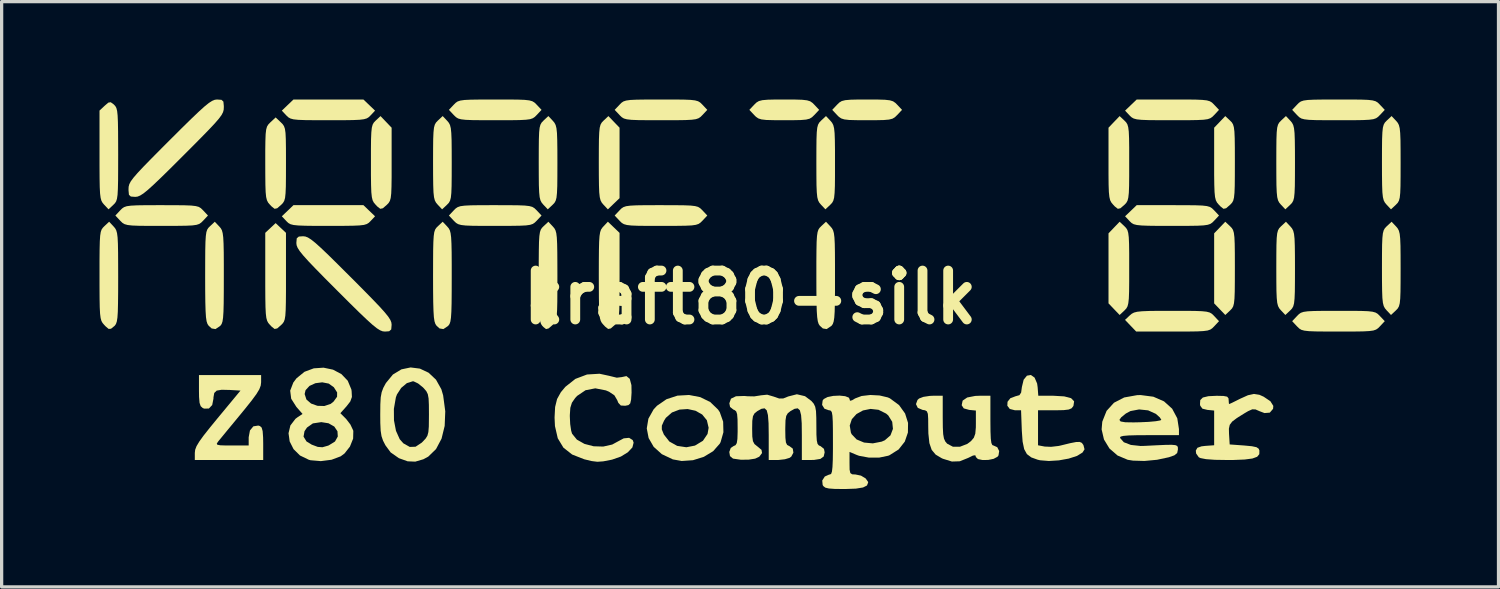
<source format=kicad_pcb>
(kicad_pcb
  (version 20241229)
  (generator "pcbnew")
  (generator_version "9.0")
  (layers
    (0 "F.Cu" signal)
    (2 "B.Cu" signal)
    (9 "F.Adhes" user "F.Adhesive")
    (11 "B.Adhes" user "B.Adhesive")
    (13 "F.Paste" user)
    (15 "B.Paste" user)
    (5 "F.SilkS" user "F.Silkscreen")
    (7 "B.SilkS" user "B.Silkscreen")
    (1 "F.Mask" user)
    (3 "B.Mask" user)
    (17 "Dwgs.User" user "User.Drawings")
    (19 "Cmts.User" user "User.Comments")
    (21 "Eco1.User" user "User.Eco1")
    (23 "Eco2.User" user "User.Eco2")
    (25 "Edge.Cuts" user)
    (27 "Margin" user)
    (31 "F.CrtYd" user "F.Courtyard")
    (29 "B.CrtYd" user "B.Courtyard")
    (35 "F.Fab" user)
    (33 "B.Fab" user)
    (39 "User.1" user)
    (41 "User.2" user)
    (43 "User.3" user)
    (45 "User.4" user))
  (footprint "kraft80-silk"
    (layer "F.Cu")
    (at 19.939 6.064)
    (property "Reference" "kraft80-silk" (at 0 0 0) (layer "F.SilkS") (effects (font (size 1.5 1.5) (thickness 0.3))))
    (attr board_only exclude_from_pos_files exclude_from_bom)
    (fp_poly (pts (xy -4.171 -5.378) (xy -4 -5.2) (xy -4 -4.12) (xy -4 -3.04) (xy -4.179 -2.869) (xy -4.358 -2.697) (xy -4.497 -2.845) (xy -4.546 -2.904) (xy -4.582 -2.973) (xy -4.607 -3.071) (xy -4.623 -3.219) (xy -4.631 -3.436) (xy -4.635 -3.741) (xy -4.636 -4.136) (xy -4.635 -4.544) (xy -4.632 -4.844) (xy -4.623 -5.056) (xy -4.608 -5.199) (xy -4.583 -5.293) (xy -4.547 -5.357) (xy -4.497 -5.41) (xy -4.489 -5.418) (xy -4.342 -5.556)) (stroke (width 0) (type solid)) (fill yes) (layer "F.SilkS"))
    (fp_poly (pts (xy -11.672 -5.894) (xy -11.494 -5.723) (xy -11.632 -5.576) (xy -11.685 -5.524) (xy -11.746 -5.486) (xy -11.834 -5.46) (xy -11.969 -5.443) (xy -12.169 -5.434) (xy -12.454 -5.43) (xy -12.843 -5.429) (xy -12.922 -5.429) (xy -13.332 -5.43) (xy -13.633 -5.433) (xy -13.846 -5.441) (xy -13.991 -5.456) (xy -14.085 -5.481) (xy -14.15 -5.517) (xy -14.203 -5.566) (xy -14.213 -5.576) (xy -14.351 -5.723) (xy -14.173 -5.894) (xy -13.995 -6.064) (xy -12.922 -6.064) (xy -11.85 -6.064)) (stroke (width 0) (type solid)) (fill yes) (layer "F.SilkS"))
    (fp_poly (pts (xy -11.672 -2.655) (xy -11.494 -2.485) (xy -11.632 -2.338) (xy -11.685 -2.286) (xy -11.746 -2.248) (xy -11.834 -2.221) (xy -11.969 -2.205) (xy -12.169 -2.196) (xy -12.454 -2.192) (xy -12.843 -2.191) (xy -12.922 -2.191) (xy -13.332 -2.191) (xy -13.633 -2.195) (xy -13.846 -2.203) (xy -13.991 -2.218) (xy -14.085 -2.242) (xy -14.15 -2.278) (xy -14.203 -2.328) (xy -14.213 -2.338) (xy -14.351 -2.485) (xy -14.173 -2.655) (xy -13.995 -2.826) (xy -12.922 -2.826) (xy -11.85 -2.826)) (stroke (width 0) (type solid)) (fill yes) (layer "F.SilkS"))
    (fp_poly (pts (xy 11.474 -2.18) (xy 11.526 -2.126) (xy 11.564 -2.065) (xy 11.59 -1.977) (xy 11.607 -1.842) (xy 11.616 -1.642) (xy 11.62 -1.357) (xy 11.62 -0.968) (xy 11.62 -0.889) (xy 11.62 -0.48) (xy 11.617 -0.178) (xy 11.609 0.035) (xy 11.593 0.179) (xy 11.569 0.274) (xy 11.533 0.339) (xy 11.484 0.392) (xy 11.474 0.402) (xy 11.327 0.54) (xy 11.156 0.362) (xy 10.986 0.184) (xy 10.986 -0.889) (xy 10.986 -1.962) (xy 11.156 -2.14) (xy 11.327 -2.318)) (stroke (width 0) (type solid)) (fill yes) (layer "F.SilkS"))
    (fp_poly (pts (xy 14.712 -2.18) (xy 14.764 -2.126) (xy 14.802 -2.065) (xy 14.828 -1.977) (xy 14.845 -1.842) (xy 14.854 -1.642) (xy 14.858 -1.357) (xy 14.859 -0.968) (xy 14.859 -0.889) (xy 14.858 -0.48) (xy 14.855 -0.178) (xy 14.847 0.035) (xy 14.832 0.179) (xy 14.808 0.274) (xy 14.772 0.339) (xy 14.722 0.392) (xy 14.712 0.402) (xy 14.565 0.54) (xy 14.395 0.362) (xy 14.224 0.184) (xy 14.224 -0.889) (xy 14.224 -1.962) (xy 14.395 -2.14) (xy 14.565 -2.318)) (stroke (width 0) (type solid)) (fill yes) (layer "F.SilkS"))
    (fp_poly (pts (xy -14.383 -2.127) (xy -14.224 -1.978) (xy -14.224 -0.635) (xy -14.224 -0.189) (xy -14.227 0.147) (xy -14.233 0.392) (xy -14.244 0.562) (xy -14.263 0.676) (xy -14.291 0.751) (xy -14.33 0.805) (xy -14.371 0.846) (xy -14.492 0.952) (xy -14.573 0.969) (xy -14.664 0.897) (xy -14.721 0.837) (xy -14.767 0.783) (xy -14.801 0.719) (xy -14.826 0.629) (xy -14.842 0.494) (xy -14.852 0.296) (xy -14.857 0.017) (xy -14.859 -0.359) (xy -14.859 -0.644) (xy -14.859 -1.978) (xy -14.7 -2.127) (xy -14.541 -2.276)) (stroke (width 0) (type solid)) (fill yes) (layer "F.SilkS"))
    (fp_poly (pts (xy 1.374 -6.063) (xy 1.598 -6.056) (xy 1.746 -6.039) (xy 1.843 -6.009) (xy 1.915 -5.959) (xy 1.968 -5.906) (xy 2.118 -5.747) (xy 1.968 -5.588) (xy 1.899 -5.521) (xy 1.824 -5.476) (xy 1.718 -5.449) (xy 1.554 -5.435) (xy 1.308 -5.43) (xy 1.048 -5.429) (xy 0.722 -5.431) (xy 0.497 -5.437) (xy 0.349 -5.454) (xy 0.252 -5.485) (xy 0.18 -5.535) (xy 0.127 -5.588) (xy -0.022 -5.747) (xy 0.127 -5.905) (xy 0.196 -5.972) (xy 0.271 -6.017) (xy 0.378 -6.044) (xy 0.541 -6.058) (xy 0.787 -6.064) (xy 1.048 -6.064)) (stroke (width 0) (type solid)) (fill yes) (layer "F.SilkS"))
    (fp_poly (pts (xy 3.914 -6.063) (xy 4.138 -6.056) (xy 4.286 -6.039) (xy 4.383 -6.009) (xy 4.455 -5.959) (xy 4.508 -5.906) (xy 4.658 -5.747) (xy 4.508 -5.588) (xy 4.439 -5.521) (xy 4.364 -5.476) (xy 4.258 -5.449) (xy 4.094 -5.435) (xy 3.848 -5.43) (xy 3.588 -5.429) (xy 3.262 -5.431) (xy 3.037 -5.437) (xy 2.889 -5.454) (xy 2.792 -5.485) (xy 2.72 -5.535) (xy 2.667 -5.588) (xy 2.518 -5.747) (xy 2.667 -5.905) (xy 2.736 -5.972) (xy 2.811 -6.017) (xy 2.918 -6.044) (xy 3.081 -6.058) (xy 3.327 -6.064) (xy 3.588 -6.064)) (stroke (width 0) (type solid)) (fill yes) (layer "F.SilkS"))
    (fp_poly (pts (xy 13.338 0.413) (xy 13.637 0.416) (xy 13.848 0.424) (xy 13.991 0.439) (xy 14.086 0.464) (xy 14.151 0.501) (xy 14.206 0.552) (xy 14.224 0.572) (xy 14.373 0.73) (xy 14.224 0.889) (xy 14.167 0.946) (xy 14.107 0.987) (xy 14.023 1.016) (xy 13.895 1.033) (xy 13.705 1.043) (xy 13.431 1.047) (xy 13.055 1.048) (xy 12.955 1.048) (xy 11.835 1.048) (xy 11.663 0.869) (xy 11.492 0.69) (xy 11.64 0.551) (xy 11.699 0.502) (xy 11.768 0.466) (xy 11.866 0.441) (xy 12.014 0.426) (xy 12.231 0.417) (xy 12.536 0.413) (xy 12.931 0.413)) (stroke (width 0) (type solid)) (fill yes) (layer "F.SilkS"))
    (fp_poly (pts (xy 13.363 -6.064) (xy 13.656 -6.061) (xy 13.862 -6.052) (xy 14.001 -6.037) (xy 14.092 -6.01) (xy 14.156 -5.972) (xy 14.212 -5.918) (xy 14.224 -5.905) (xy 14.373 -5.747) (xy 14.224 -5.588) (xy 14.168 -5.532) (xy 14.108 -5.491) (xy 14.026 -5.462) (xy 13.901 -5.444) (xy 13.714 -5.435) (xy 13.445 -5.43) (xy 13.076 -5.429) (xy 12.922 -5.429) (xy 12.513 -5.43) (xy 12.211 -5.433) (xy 11.998 -5.441) (xy 11.854 -5.456) (xy 11.759 -5.481) (xy 11.695 -5.517) (xy 11.641 -5.566) (xy 11.632 -5.576) (xy 11.494 -5.723) (xy 11.672 -5.894) (xy 11.85 -6.064) (xy 12.962 -6.064)) (stroke (width 0) (type solid)) (fill yes) (layer "F.SilkS"))
    (fp_poly (pts (xy 13.363 -2.825) (xy 13.656 -2.822) (xy 13.862 -2.814) (xy 14.001 -2.798) (xy 14.092 -2.772) (xy 14.156 -2.733) (xy 14.212 -2.679) (xy 14.224 -2.667) (xy 14.373 -2.508) (xy 14.224 -2.349) (xy 14.168 -2.293) (xy 14.108 -2.252) (xy 14.026 -2.224) (xy 13.901 -2.206) (xy 13.714 -2.196) (xy 13.445 -2.192) (xy 13.076 -2.191) (xy 12.922 -2.191) (xy 12.513 -2.191) (xy 12.211 -2.195) (xy 11.998 -2.203) (xy 11.854 -2.218) (xy 11.759 -2.242) (xy 11.695 -2.278) (xy 11.641 -2.328) (xy 11.632 -2.338) (xy 11.494 -2.485) (xy 11.672 -2.655) (xy 11.85 -2.826) (xy 12.962 -2.826)) (stroke (width 0) (type solid)) (fill yes) (layer "F.SilkS"))
    (fp_poly (pts (xy -11.156 -5.378) (xy -10.986 -5.2) (xy -10.986 -4.087) (xy -10.986 -3.686) (xy -10.99 -3.392) (xy -10.998 -3.186) (xy -11.014 -3.047) (xy -11.04 -2.956) (xy -11.078 -2.893) (xy -11.131 -2.838) (xy -11.132 -2.837) (xy -11.254 -2.731) (xy -11.334 -2.714) (xy -11.426 -2.786) (xy -11.482 -2.846) (xy -11.532 -2.905) (xy -11.568 -2.974) (xy -11.592 -3.073) (xy -11.608 -3.221) (xy -11.616 -3.439) (xy -11.62 -3.745) (xy -11.62 -4.136) (xy -11.62 -4.544) (xy -11.617 -4.844) (xy -11.608 -5.056) (xy -11.593 -5.199) (xy -11.568 -5.293) (xy -11.532 -5.357) (xy -11.482 -5.41) (xy -11.474 -5.418) (xy -11.327 -5.556)) (stroke (width 0) (type solid)) (fill yes) (layer "F.SilkS"))
    (fp_poly (pts (xy 11.474 -5.418) (xy 11.526 -5.365) (xy 11.564 -5.303) (xy 11.59 -5.215) (xy 11.607 -5.081) (xy 11.616 -4.881) (xy 11.62 -4.596) (xy 11.62 -4.207) (xy 11.62 -4.128) (xy 11.62 -3.718) (xy 11.617 -3.417) (xy 11.609 -3.203) (xy 11.593 -3.059) (xy 11.569 -2.964) (xy 11.533 -2.9) (xy 11.484 -2.846) (xy 11.474 -2.837) (xy 11.352 -2.731) (xy 11.272 -2.714) (xy 11.18 -2.786) (xy 11.124 -2.846) (xy 11.074 -2.906) (xy 11.037 -2.976) (xy 11.013 -3.077) (xy 10.997 -3.229) (xy 10.989 -3.451) (xy 10.986 -3.765) (xy 10.986 -4.096) (xy 10.986 -5.2) (xy 11.156 -5.378) (xy 11.327 -5.556)) (stroke (width 0) (type solid)) (fill yes) (layer "F.SilkS"))
    (fp_poly (pts (xy 14.712 -5.418) (xy 14.764 -5.365) (xy 14.802 -5.303) (xy 14.828 -5.215) (xy 14.845 -5.081) (xy 14.854 -4.881) (xy 14.858 -4.596) (xy 14.859 -4.207) (xy 14.859 -4.128) (xy 14.858 -3.718) (xy 14.855 -3.417) (xy 14.847 -3.203) (xy 14.832 -3.059) (xy 14.808 -2.964) (xy 14.772 -2.9) (xy 14.722 -2.846) (xy 14.712 -2.837) (xy 14.591 -2.731) (xy 14.51 -2.714) (xy 14.419 -2.786) (xy 14.362 -2.846) (xy 14.312 -2.906) (xy 14.276 -2.976) (xy 14.251 -3.077) (xy 14.236 -3.229) (xy 14.228 -3.451) (xy 14.224 -3.765) (xy 14.224 -4.096) (xy 14.224 -5.2) (xy 14.395 -5.378) (xy 14.565 -5.556)) (stroke (width 0) (type solid)) (fill yes) (layer "F.SilkS"))
    (fp_poly (pts (xy -4.179 -2.148) (xy -4 -1.976) (xy -4 -0.634) (xy -4.001 -0.189) (xy -4.003 0.148) (xy -4.009 0.392) (xy -4.021 0.562) (xy -4.04 0.676) (xy -4.068 0.751) (xy -4.106 0.805) (xy -4.147 0.846) (xy -4.269 0.952) (xy -4.349 0.969) (xy -4.441 0.897) (xy -4.497 0.837) (xy -4.543 0.783) (xy -4.577 0.721) (xy -4.602 0.631) (xy -4.618 0.497) (xy -4.628 0.301) (xy -4.633 0.026) (xy -4.635 -0.347) (xy -4.636 -0.667) (xy -4.635 -1.116) (xy -4.632 -1.456) (xy -4.626 -1.704) (xy -4.614 -1.879) (xy -4.595 -1.997) (xy -4.568 -2.076) (xy -4.53 -2.134) (xy -4.497 -2.171) (xy -4.358 -2.319)) (stroke (width 0) (type solid)) (fill yes) (layer "F.SilkS"))
    (fp_poly (pts (xy -19.507 -5.917) (xy -19.495 -5.906) (xy -19.454 -5.862) (xy -19.422 -5.803) (xy -19.399 -5.713) (xy -19.384 -5.575) (xy -19.375 -5.372) (xy -19.37 -5.087) (xy -19.368 -4.703) (xy -19.367 -4.383) (xy -19.368 -3.925) (xy -19.37 -3.577) (xy -19.376 -3.322) (xy -19.386 -3.143) (xy -19.404 -3.022) (xy -19.429 -2.943) (xy -19.465 -2.887) (xy -19.512 -2.839) (xy -19.515 -2.836) (xy -19.662 -2.698) (xy -19.801 -2.845) (xy -19.846 -2.899) (xy -19.881 -2.962) (xy -19.905 -3.051) (xy -19.922 -3.184) (xy -19.932 -3.378) (xy -19.937 -3.652) (xy -19.939 -4.023) (xy -19.939 -4.359) (xy -19.939 -5.725) (xy -19.781 -5.873) (xy -19.669 -5.969) (xy -19.595 -5.981)) (stroke (width 0) (type solid)) (fill yes) (layer "F.SilkS"))
    (fp_poly (pts (xy -9.282 -5.41) (xy -9.233 -5.351) (xy -9.197 -5.282) (xy -9.172 -5.183) (xy -9.157 -5.035) (xy -9.148 -4.818) (xy -9.145 -4.512) (xy -9.144 -4.119) (xy -9.145 -3.711) (xy -9.148 -3.411) (xy -9.156 -3.199) (xy -9.171 -3.056) (xy -9.196 -2.963) (xy -9.232 -2.898) (xy -9.283 -2.845) (xy -9.291 -2.836) (xy -9.439 -2.698) (xy -9.577 -2.845) (xy -9.626 -2.904) (xy -9.662 -2.973) (xy -9.687 -3.072) (xy -9.703 -3.22) (xy -9.711 -3.437) (xy -9.715 -3.743) (xy -9.716 -4.136) (xy -9.715 -4.544) (xy -9.712 -4.844) (xy -9.703 -5.056) (xy -9.688 -5.199) (xy -9.663 -5.292) (xy -9.627 -5.357) (xy -9.577 -5.41) (xy -9.568 -5.419) (xy -9.421 -5.557)) (stroke (width 0) (type solid)) (fill yes) (layer "F.SilkS"))
    (fp_poly (pts (xy -6.044 -5.41) (xy -5.995 -5.351) (xy -5.959 -5.282) (xy -5.934 -5.183) (xy -5.918 -5.035) (xy -5.91 -4.818) (xy -5.906 -4.512) (xy -5.905 -4.119) (xy -5.906 -3.711) (xy -5.909 -3.411) (xy -5.918 -3.199) (xy -5.933 -3.056) (xy -5.958 -2.963) (xy -5.994 -2.898) (xy -6.044 -2.845) (xy -6.053 -2.836) (xy -6.2 -2.698) (xy -6.339 -2.845) (xy -6.388 -2.904) (xy -6.424 -2.973) (xy -6.449 -3.072) (xy -6.464 -3.22) (xy -6.473 -3.437) (xy -6.476 -3.743) (xy -6.477 -4.136) (xy -6.476 -4.544) (xy -6.473 -4.844) (xy -6.465 -5.056) (xy -6.45 -5.199) (xy -6.425 -5.292) (xy -6.389 -5.357) (xy -6.338 -5.41) (xy -6.33 -5.419) (xy -6.182 -5.557)) (stroke (width 0) (type solid)) (fill yes) (layer "F.SilkS"))
    (fp_poly (pts (xy 2.465 -5.41) (xy 2.514 -5.351) (xy 2.55 -5.282) (xy 2.575 -5.183) (xy 2.591 -5.035) (xy 2.599 -4.818) (xy 2.603 -4.512) (xy 2.603 -4.119) (xy 2.603 -3.711) (xy 2.6 -3.411) (xy 2.591 -3.199) (xy 2.576 -3.056) (xy 2.551 -2.963) (xy 2.515 -2.898) (xy 2.465 -2.845) (xy 2.456 -2.836) (xy 2.309 -2.698) (xy 2.17 -2.845) (xy 2.121 -2.904) (xy 2.085 -2.973) (xy 2.06 -3.072) (xy 2.045 -3.22) (xy 2.036 -3.437) (xy 2.033 -3.743) (xy 2.032 -4.136) (xy 2.033 -4.544) (xy 2.036 -4.844) (xy 2.044 -5.056) (xy 2.059 -5.199) (xy 2.084 -5.292) (xy 2.12 -5.357) (xy 2.171 -5.41) (xy 2.179 -5.419) (xy 2.327 -5.557)) (stroke (width 0) (type solid)) (fill yes) (layer "F.SilkS"))
    (fp_poly (pts (xy 16.562 -5.41) (xy 16.611 -5.351) (xy 16.647 -5.282) (xy 16.672 -5.183) (xy 16.688 -5.035) (xy 16.696 -4.818) (xy 16.7 -4.512) (xy 16.701 -4.119) (xy 16.7 -3.711) (xy 16.697 -3.411) (xy 16.688 -3.199) (xy 16.673 -3.056) (xy 16.648 -2.963) (xy 16.612 -2.898) (xy 16.562 -2.845) (xy 16.553 -2.836) (xy 16.406 -2.698) (xy 16.267 -2.845) (xy 16.218 -2.904) (xy 16.182 -2.973) (xy 16.157 -3.072) (xy 16.142 -3.22) (xy 16.133 -3.437) (xy 16.13 -3.743) (xy 16.129 -4.136) (xy 16.13 -4.544) (xy 16.133 -4.844) (xy 16.141 -5.056) (xy 16.156 -5.199) (xy 16.181 -5.292) (xy 16.217 -5.357) (xy 16.268 -5.41) (xy 16.276 -5.419) (xy 16.424 -5.557)) (stroke (width 0) (type solid)) (fill yes) (layer "F.SilkS"))
    (fp_poly (pts (xy 16.562 -2.171) (xy 16.611 -2.112) (xy 16.647 -2.043) (xy 16.672 -1.944) (xy 16.688 -1.796) (xy 16.696 -1.579) (xy 16.7 -1.274) (xy 16.701 -0.88) (xy 16.7 -0.473) (xy 16.697 -0.173) (xy 16.688 0.039) (xy 16.673 0.182) (xy 16.648 0.276) (xy 16.612 0.34) (xy 16.562 0.394) (xy 16.553 0.402) (xy 16.406 0.54) (xy 16.267 0.393) (xy 16.218 0.334) (xy 16.182 0.265) (xy 16.157 0.166) (xy 16.142 0.018) (xy 16.133 -0.199) (xy 16.13 -0.504) (xy 16.129 -0.898) (xy 16.13 -1.305) (xy 16.133 -1.605) (xy 16.141 -1.817) (xy 16.156 -1.96) (xy 16.181 -2.054) (xy 16.217 -2.118) (xy 16.268 -2.172) (xy 16.276 -2.18) (xy 16.424 -2.318)) (stroke (width 0) (type solid)) (fill yes) (layer "F.SilkS"))
    (fp_poly (pts (xy 19.801 -5.41) (xy 19.85 -5.351) (xy 19.886 -5.282) (xy 19.911 -5.183) (xy 19.926 -5.035) (xy 19.935 -4.818) (xy 19.938 -4.512) (xy 19.939 -4.119) (xy 19.938 -3.711) (xy 19.935 -3.411) (xy 19.927 -3.199) (xy 19.912 -3.056) (xy 19.887 -2.963) (xy 19.851 -2.898) (xy 19.8 -2.845) (xy 19.792 -2.836) (xy 19.644 -2.698) (xy 19.506 -2.845) (xy 19.457 -2.904) (xy 19.421 -2.973) (xy 19.396 -3.072) (xy 19.38 -3.22) (xy 19.372 -3.437) (xy 19.368 -3.743) (xy 19.367 -4.136) (xy 19.368 -4.544) (xy 19.371 -4.844) (xy 19.38 -5.056) (xy 19.395 -5.199) (xy 19.42 -5.292) (xy 19.456 -5.357) (xy 19.506 -5.41) (xy 19.515 -5.419) (xy 19.662 -5.557)) (stroke (width 0) (type solid)) (fill yes) (layer "F.SilkS"))
    (fp_poly (pts (xy 19.801 -2.171) (xy 19.85 -2.112) (xy 19.886 -2.043) (xy 19.911 -1.944) (xy 19.926 -1.796) (xy 19.935 -1.579) (xy 19.938 -1.274) (xy 19.939 -0.88) (xy 19.938 -0.473) (xy 19.935 -0.173) (xy 19.927 0.039) (xy 19.912 0.182) (xy 19.887 0.276) (xy 19.851 0.34) (xy 19.8 0.394) (xy 19.792 0.402) (xy 19.644 0.54) (xy 19.506 0.393) (xy 19.457 0.334) (xy 19.421 0.265) (xy 19.396 0.166) (xy 19.38 0.018) (xy 19.372 -0.199) (xy 19.368 -0.504) (xy 19.367 -0.898) (xy 19.368 -1.305) (xy 19.371 -1.605) (xy 19.38 -1.817) (xy 19.395 -1.96) (xy 19.42 -2.054) (xy 19.456 -2.118) (xy 19.506 -2.172) (xy 19.515 -2.18) (xy 19.662 -2.318)) (stroke (width 0) (type solid)) (fill yes) (layer "F.SilkS"))
    (fp_poly (pts (xy -17.632 -2.825) (xy -17.337 -2.822) (xy -17.129 -2.814) (xy -16.99 -2.798) (xy -16.897 -2.773) (xy -16.833 -2.734) (xy -16.778 -2.681) (xy -16.764 -2.667) (xy -16.615 -2.508) (xy -16.764 -2.349) (xy -16.821 -2.293) (xy -16.881 -2.251) (xy -16.965 -2.223) (xy -17.093 -2.205) (xy -17.283 -2.196) (xy -17.557 -2.192) (xy -17.933 -2.191) (xy -18.034 -2.191) (xy -18.436 -2.191) (xy -18.731 -2.194) (xy -18.939 -2.202) (xy -19.078 -2.218) (xy -19.171 -2.244) (xy -19.235 -2.282) (xy -19.29 -2.335) (xy -19.304 -2.349) (xy -19.453 -2.508) (xy -19.304 -2.667) (xy -19.247 -2.724) (xy -19.187 -2.765) (xy -19.103 -2.794) (xy -18.975 -2.811) (xy -18.785 -2.821) (xy -18.511 -2.825) (xy -18.135 -2.826) (xy -18.034 -2.826)) (stroke (width 0) (type solid)) (fill yes) (layer "F.SilkS"))
    (fp_poly (pts (xy -7.408 -6.064) (xy -7.113 -6.061) (xy -6.906 -6.053) (xy -6.766 -6.037) (xy -6.674 -6.011) (xy -6.61 -5.973) (xy -6.554 -5.92) (xy -6.54 -5.905) (xy -6.391 -5.747) (xy -6.54 -5.588) (xy -6.597 -5.531) (xy -6.658 -5.49) (xy -6.742 -5.461) (xy -6.869 -5.444) (xy -7.06 -5.434) (xy -7.333 -5.43) (xy -7.709 -5.429) (xy -7.811 -5.429) (xy -8.213 -5.43) (xy -8.508 -5.433) (xy -8.715 -5.441) (xy -8.855 -5.457) (xy -8.947 -5.482) (xy -9.011 -5.521) (xy -9.067 -5.574) (xy -9.081 -5.588) (xy -9.23 -5.747) (xy -9.081 -5.905) (xy -9.024 -5.962) (xy -8.963 -6.004) (xy -8.879 -6.032) (xy -8.752 -6.05) (xy -8.561 -6.059) (xy -8.288 -6.063) (xy -7.912 -6.064) (xy -7.811 -6.064)) (stroke (width 0) (type solid)) (fill yes) (layer "F.SilkS"))
    (fp_poly (pts (xy -7.408 -2.825) (xy -7.113 -2.822) (xy -6.906 -2.814) (xy -6.766 -2.798) (xy -6.674 -2.773) (xy -6.61 -2.734) (xy -6.554 -2.681) (xy -6.54 -2.667) (xy -6.391 -2.508) (xy -6.54 -2.349) (xy -6.597 -2.293) (xy -6.658 -2.251) (xy -6.742 -2.223) (xy -6.869 -2.205) (xy -7.06 -2.196) (xy -7.333 -2.192) (xy -7.709 -2.191) (xy -7.811 -2.191) (xy -8.213 -2.191) (xy -8.508 -2.194) (xy -8.715 -2.202) (xy -8.855 -2.218) (xy -8.947 -2.244) (xy -9.011 -2.282) (xy -9.067 -2.335) (xy -9.081 -2.349) (xy -9.23 -2.508) (xy -9.081 -2.667) (xy -9.024 -2.724) (xy -8.963 -2.765) (xy -8.879 -2.794) (xy -8.752 -2.811) (xy -8.561 -2.821) (xy -8.288 -2.825) (xy -7.912 -2.826) (xy -7.811 -2.826)) (stroke (width 0) (type solid)) (fill yes) (layer "F.SilkS"))
    (fp_poly (pts (xy -2.328 -6.064) (xy -2.033 -6.061) (xy -1.826 -6.053) (xy -1.686 -6.037) (xy -1.594 -6.011) (xy -1.53 -5.973) (xy -1.474 -5.92) (xy -1.46 -5.905) (xy -1.311 -5.747) (xy -1.46 -5.588) (xy -1.517 -5.531) (xy -1.578 -5.49) (xy -1.662 -5.461) (xy -1.789 -5.444) (xy -1.98 -5.434) (xy -2.253 -5.43) (xy -2.629 -5.429) (xy -2.731 -5.429) (xy -3.133 -5.43) (xy -3.428 -5.433) (xy -3.635 -5.441) (xy -3.775 -5.457) (xy -3.867 -5.482) (xy -3.931 -5.521) (xy -3.987 -5.574) (xy -4 -5.588) (xy -4.15 -5.747) (xy -4 -5.905) (xy -3.944 -5.962) (xy -3.883 -6.004) (xy -3.799 -6.032) (xy -3.672 -6.05) (xy -3.481 -6.059) (xy -3.208 -6.063) (xy -2.832 -6.064) (xy -2.731 -6.064)) (stroke (width 0) (type solid)) (fill yes) (layer "F.SilkS"))
    (fp_poly (pts (xy -2.328 -2.825) (xy -2.033 -2.822) (xy -1.826 -2.814) (xy -1.686 -2.798) (xy -1.594 -2.773) (xy -1.53 -2.734) (xy -1.474 -2.681) (xy -1.46 -2.667) (xy -1.311 -2.508) (xy -1.46 -2.349) (xy -1.517 -2.293) (xy -1.578 -2.251) (xy -1.662 -2.223) (xy -1.789 -2.205) (xy -1.98 -2.196) (xy -2.253 -2.192) (xy -2.629 -2.191) (xy -2.731 -2.191) (xy -3.133 -2.191) (xy -3.428 -2.194) (xy -3.635 -2.202) (xy -3.775 -2.218) (xy -3.867 -2.244) (xy -3.931 -2.282) (xy -3.987 -2.335) (xy -4 -2.349) (xy -4.15 -2.508) (xy -4 -2.667) (xy -3.944 -2.724) (xy -3.883 -2.765) (xy -3.799 -2.794) (xy -3.672 -2.811) (xy -3.481 -2.821) (xy -3.208 -2.825) (xy -2.832 -2.826) (xy -2.731 -2.826)) (stroke (width 0) (type solid)) (fill yes) (layer "F.SilkS"))
    (fp_poly (pts (xy 18.436 -6.064) (xy 18.731 -6.061) (xy 18.939 -6.053) (xy 19.078 -6.037) (xy 19.171 -6.011) (xy 19.235 -5.973) (xy 19.29 -5.92) (xy 19.304 -5.905) (xy 19.453 -5.747) (xy 19.304 -5.588) (xy 19.247 -5.531) (xy 19.187 -5.49) (xy 19.103 -5.461) (xy 18.975 -5.444) (xy 18.785 -5.434) (xy 18.511 -5.43) (xy 18.135 -5.429) (xy 18.034 -5.429) (xy 17.632 -5.43) (xy 17.337 -5.433) (xy 17.129 -5.441) (xy 16.99 -5.457) (xy 16.897 -5.482) (xy 16.833 -5.521) (xy 16.778 -5.574) (xy 16.764 -5.588) (xy 16.615 -5.747) (xy 16.764 -5.905) (xy 16.821 -5.962) (xy 16.881 -6.004) (xy 16.965 -6.032) (xy 17.093 -6.05) (xy 17.283 -6.059) (xy 17.557 -6.063) (xy 17.933 -6.064) (xy 18.034 -6.064)) (stroke (width 0) (type solid)) (fill yes) (layer "F.SilkS"))
    (fp_poly (pts (xy 18.436 0.413) (xy 18.731 0.416) (xy 18.939 0.424) (xy 19.078 0.44) (xy 19.171 0.466) (xy 19.235 0.504) (xy 19.29 0.557) (xy 19.304 0.572) (xy 19.453 0.73) (xy 19.304 0.889) (xy 19.247 0.946) (xy 19.187 0.987) (xy 19.103 1.016) (xy 18.975 1.033) (xy 18.785 1.043) (xy 18.511 1.047) (xy 18.135 1.048) (xy 18.034 1.048) (xy 17.632 1.047) (xy 17.337 1.044) (xy 17.129 1.036) (xy 16.99 1.02) (xy 16.897 0.995) (xy 16.833 0.956) (xy 16.778 0.903) (xy 16.764 0.889) (xy 16.615 0.73) (xy 16.764 0.572) (xy 16.821 0.515) (xy 16.881 0.473) (xy 16.965 0.445) (xy 17.093 0.427) (xy 17.283 0.418) (xy 17.557 0.414) (xy 17.933 0.413) (xy 18.034 0.413)) (stroke (width 0) (type solid)) (fill yes) (layer "F.SilkS"))
    (fp_poly (pts (xy -16.267 -2.171) (xy -16.222 -2.118) (xy -16.188 -2.056) (xy -16.164 -1.968) (xy -16.147 -1.837) (xy -16.137 -1.645) (xy -16.131 -1.375) (xy -16.129 -1.01) (xy -16.129 -0.625) (xy -16.13 -0.165) (xy -16.133 0.185) (xy -16.14 0.441) (xy -16.152 0.621) (xy -16.17 0.74) (xy -16.196 0.816) (xy -16.231 0.865) (xy -16.245 0.879) (xy -16.384 0.972) (xy -16.502 0.953) (xy -16.595 0.868) (xy -16.63 0.815) (xy -16.657 0.733) (xy -16.676 0.605) (xy -16.688 0.415) (xy -16.696 0.146) (xy -16.7 -0.219) (xy -16.701 -0.645) (xy -16.7 -1.1) (xy -16.698 -1.446) (xy -16.692 -1.699) (xy -16.681 -1.877) (xy -16.664 -1.997) (xy -16.638 -2.076) (xy -16.602 -2.131) (xy -16.554 -2.179) (xy -16.553 -2.18) (xy -16.406 -2.318)) (stroke (width 0) (type solid)) (fill yes) (layer "F.SilkS"))
    (fp_poly (pts (xy -14.383 -5.366) (xy -14.326 -5.309) (xy -14.285 -5.248) (xy -14.256 -5.164) (xy -14.238 -5.037) (xy -14.229 -4.847) (xy -14.225 -4.573) (xy -14.224 -4.197) (xy -14.224 -4.096) (xy -14.225 -3.693) (xy -14.228 -3.397) (xy -14.237 -3.189) (xy -14.252 -3.049) (xy -14.278 -2.958) (xy -14.316 -2.894) (xy -14.367 -2.84) (xy -14.371 -2.837) (xy -14.492 -2.731) (xy -14.573 -2.714) (xy -14.664 -2.786) (xy -14.721 -2.846) (xy -14.771 -2.905) (xy -14.807 -2.976) (xy -14.832 -3.076) (xy -14.847 -3.227) (xy -14.855 -3.449) (xy -14.858 -3.76) (xy -14.859 -4.105) (xy -14.859 -4.505) (xy -14.855 -4.798) (xy -14.847 -5.004) (xy -14.831 -5.143) (xy -14.805 -5.234) (xy -14.766 -5.298) (xy -14.713 -5.354) (xy -14.7 -5.366) (xy -14.541 -5.515)) (stroke (width 0) (type solid)) (fill yes) (layer "F.SilkS"))
    (fp_poly (pts (xy -9.282 -2.171) (xy -9.237 -2.118) (xy -9.203 -2.056) (xy -9.179 -1.968) (xy -9.162 -1.837) (xy -9.152 -1.645) (xy -9.146 -1.375) (xy -9.144 -1.01) (xy -9.144 -0.625) (xy -9.145 -0.165) (xy -9.148 0.185) (xy -9.155 0.441) (xy -9.167 0.621) (xy -9.185 0.74) (xy -9.211 0.816) (xy -9.246 0.865) (xy -9.26 0.879) (xy -9.399 0.972) (xy -9.517 0.953) (xy -9.61 0.868) (xy -9.645 0.815) (xy -9.672 0.733) (xy -9.691 0.605) (xy -9.703 0.415) (xy -9.711 0.146) (xy -9.715 -0.219) (xy -9.716 -0.645) (xy -9.715 -1.1) (xy -9.713 -1.446) (xy -9.707 -1.699) (xy -9.696 -1.877) (xy -9.679 -1.997) (xy -9.653 -2.076) (xy -9.617 -2.131) (xy -9.569 -2.179) (xy -9.568 -2.18) (xy -9.421 -2.318)) (stroke (width 0) (type solid)) (fill yes) (layer "F.SilkS"))
    (fp_poly (pts (xy 2.465 -2.171) (xy 2.51 -2.118) (xy 2.544 -2.056) (xy 2.569 -1.968) (xy 2.586 -1.837) (xy 2.596 -1.645) (xy 2.601 -1.375) (xy 2.603 -1.01) (xy 2.603 -0.625) (xy 2.603 -0.165) (xy 2.599 0.185) (xy 2.593 0.441) (xy 2.581 0.621) (xy 2.562 0.74) (xy 2.536 0.816) (xy 2.502 0.865) (xy 2.487 0.879) (xy 2.348 0.972) (xy 2.231 0.953) (xy 2.137 0.868) (xy 2.102 0.815) (xy 2.076 0.733) (xy 2.057 0.605) (xy 2.044 0.415) (xy 2.037 0.146) (xy 2.033 -0.219) (xy 2.032 -0.645) (xy 2.032 -1.1) (xy 2.035 -1.446) (xy 2.04 -1.699) (xy 2.051 -1.877) (xy 2.069 -1.997) (xy 2.095 -2.076) (xy 2.131 -2.131) (xy 2.179 -2.179) (xy 2.179 -2.18) (xy 2.327 -2.318)) (stroke (width 0) (type solid)) (fill yes) (layer "F.SilkS"))
    (fp_poly (pts (xy -19.506 -2.171) (xy -19.461 -2.118) (xy -19.427 -2.056) (xy -19.402 -1.968) (xy -19.385 -1.837) (xy -19.375 -1.645) (xy -19.37 -1.375) (xy -19.368 -1.01) (xy -19.367 -0.625) (xy -19.368 -0.165) (xy -19.372 0.185) (xy -19.378 0.441) (xy -19.39 0.621) (xy -19.409 0.74) (xy -19.435 0.816) (xy -19.469 0.865) (xy -19.484 0.879) (xy -19.586 0.962) (xy -19.66 0.967) (xy -19.755 0.886) (xy -19.801 0.837) (xy -19.846 0.784) (xy -19.881 0.721) (xy -19.905 0.632) (xy -19.922 0.498) (xy -19.932 0.303) (xy -19.937 0.029) (xy -19.939 -0.343) (xy -19.939 -0.676) (xy -19.939 -1.126) (xy -19.936 -1.466) (xy -19.93 -1.714) (xy -19.919 -1.888) (xy -19.901 -2.004) (xy -19.874 -2.081) (xy -19.836 -2.135) (xy -19.792 -2.18) (xy -19.644 -2.318)) (stroke (width 0) (type solid)) (fill yes) (layer "F.SilkS"))
    (fp_poly (pts (xy -6.044 -2.171) (xy -5.998 -2.117) (xy -5.964 -2.055) (xy -5.939 -1.966) (xy -5.923 -1.833) (xy -5.913 -1.638) (xy -5.908 -1.364) (xy -5.906 -0.993) (xy -5.905 -0.658) (xy -5.906 -0.208) (xy -5.908 0.133) (xy -5.914 0.381) (xy -5.925 0.554) (xy -5.944 0.671) (xy -5.971 0.747) (xy -6.008 0.802) (xy -6.052 0.846) (xy -6.175 0.952) (xy -6.253 0.972) (xy -6.334 0.909) (xy -6.372 0.868) (xy -6.407 0.815) (xy -6.433 0.733) (xy -6.452 0.605) (xy -6.465 0.415) (xy -6.472 0.146) (xy -6.476 -0.219) (xy -6.477 -0.645) (xy -6.477 -1.1) (xy -6.474 -1.446) (xy -6.469 -1.699) (xy -6.458 -1.877) (xy -6.44 -1.997) (xy -6.414 -2.076) (xy -6.378 -2.131) (xy -6.33 -2.179) (xy -6.33 -2.18) (xy -6.182 -2.318)) (stroke (width 0) (type solid)) (fill yes) (layer "F.SilkS"))
    (fp_poly (pts (xy -13.63 -1.865) (xy -13.552 -1.835) (xy -13.453 -1.772) (xy -13.322 -1.668) (xy -13.149 -1.512) (xy -12.921 -1.295) (xy -12.628 -1.006) (xy -12.258 -0.637) (xy -12.239 -0.619) (xy -11.866 -0.244) (xy -11.575 0.053) (xy -11.354 0.284) (xy -11.196 0.46) (xy -11.089 0.592) (xy -11.025 0.692) (xy -10.994 0.771) (xy -10.986 0.841) (xy -10.986 0.842) (xy -10.998 0.983) (xy -11.062 1.039) (xy -11.192 1.048) (xy -11.262 1.04) (xy -11.34 1.009) (xy -11.439 0.947) (xy -11.57 0.842) (xy -11.743 0.686) (xy -11.971 0.469) (xy -12.264 0.181) (xy -12.634 -0.188) (xy -12.653 -0.207) (xy -13.026 -0.581) (xy -13.317 -0.878) (xy -13.538 -1.109) (xy -13.696 -1.285) (xy -13.803 -1.418) (xy -13.867 -1.518) (xy -13.898 -1.597) (xy -13.906 -1.666) (xy -13.906 -1.667) (xy -13.894 -1.809) (xy -13.83 -1.864) (xy -13.7 -1.873)) (stroke (width 0) (type solid)) (fill yes) (layer "F.SilkS"))
    (fp_poly (pts (xy -16.2 -6.054) (xy -16.142 -6) (xy -16.129 -5.864) (xy -16.129 -5.826) (xy -16.133 -5.751) (xy -16.153 -5.676) (xy -16.198 -5.589) (xy -16.279 -5.479) (xy -16.404 -5.334) (xy -16.584 -5.142) (xy -16.829 -4.891) (xy -17.148 -4.569) (xy -17.384 -4.333) (xy -17.758 -3.96) (xy -18.055 -3.669) (xy -18.286 -3.449) (xy -18.462 -3.29) (xy -18.594 -3.184) (xy -18.695 -3.12) (xy -18.774 -3.088) (xy -18.843 -3.08) (xy -18.844 -3.08) (xy -18.979 -3.09) (xy -19.037 -3.144) (xy -19.05 -3.28) (xy -19.05 -3.318) (xy -19.046 -3.393) (xy -19.026 -3.468) (xy -18.981 -3.555) (xy -18.9 -3.665) (xy -18.775 -3.81) (xy -18.595 -4.002) (xy -18.35 -4.253) (xy -18.031 -4.575) (xy -17.795 -4.811) (xy -17.421 -5.184) (xy -17.124 -5.475) (xy -16.893 -5.695) (xy -16.717 -5.854) (xy -16.585 -5.96) (xy -16.484 -6.024) (xy -16.405 -6.056) (xy -16.336 -6.064) (xy -16.335 -6.064)) (stroke (width 0) (type solid)) (fill yes) (layer "F.SilkS"))
    (fp_poly (pts (xy -1.527 3.058) (xy -1.221 3.208) (xy -0.981 3.439) (xy -0.928 3.519) (xy -0.825 3.81) (xy -0.817 4.134) (xy -0.903 4.436) (xy -0.929 4.485) (xy -1.131 4.714) (xy -1.416 4.887) (xy -1.749 4.991) (xy -2.095 5.015) (xy -2.367 4.966) (xy -2.704 4.806) (xy -2.954 4.581) (xy -3.109 4.312) (xy -3.16 4.048) (xy -2.705 4.048) (xy -2.643 4.201) (xy -2.642 4.204) (xy -2.474 4.418) (xy -2.234 4.552) (xy -1.952 4.594) (xy -1.689 4.543) (xy -1.445 4.396) (xy -1.303 4.186) (xy -1.27 3.997) (xy -1.324 3.767) (xy -1.467 3.591) (xy -1.672 3.475) (xy -1.913 3.423) (xy -2.163 3.44) (xy -2.394 3.528) (xy -2.581 3.692) (xy -2.638 3.783) (xy -2.704 3.932) (xy -2.705 4.048) (xy -3.16 4.048) (xy -3.166 4.017) (xy -3.116 3.718) (xy -2.956 3.433) (xy -2.854 3.323) (xy -2.562 3.122) (xy -2.225 3.012) (xy -1.87 2.992)) (stroke (width 0) (type solid)) (fill yes) (layer "F.SilkS"))
    (fp_poly (pts (xy -14.986 2.602) (xy -14.998 2.703) (xy -15.041 2.817) (xy -15.128 2.961) (xy -15.27 3.155) (xy -15.479 3.417) (xy -15.605 3.571) (xy -15.827 3.84) (xy -16.026 4.081) (xy -16.185 4.275) (xy -16.288 4.4) (xy -16.311 4.43) (xy -16.345 4.484) (xy -16.327 4.517) (xy -16.237 4.534) (xy -16.053 4.54) (xy -15.883 4.54) (xy -15.367 4.54) (xy -15.367 4.288) (xy -15.328 4.079) (xy -15.224 3.953) (xy -15.073 3.929) (xy -15.022 3.944) (xy -14.97 3.991) (xy -14.939 4.099) (xy -14.925 4.292) (xy -14.922 4.484) (xy -14.922 4.985) (xy -15.97 4.985) (xy -17.018 4.985) (xy -17.018 4.766) (xy -17.007 4.67) (xy -16.966 4.562) (xy -16.884 4.424) (xy -16.751 4.239) (xy -16.554 3.99) (xy -16.318 3.702) (xy -15.618 2.857) (xy -15.945 2.838) (xy -16.197 2.832) (xy -16.348 2.858) (xy -16.422 2.93) (xy -16.446 3.062) (xy -16.447 3.106) (xy -16.485 3.3) (xy -16.587 3.407) (xy -16.732 3.41) (xy -16.778 3.39) (xy -16.838 3.335) (xy -16.873 3.232) (xy -16.888 3.051) (xy -16.891 2.855) (xy -16.891 2.381) (xy -15.938 2.381) (xy -14.986 2.381)) (stroke (width 0) (type solid)) (fill yes) (layer "F.SilkS"))
    (fp_poly (pts (xy 8.72 2.459) (xy 8.798 2.64) (xy 8.814 2.753) (xy 8.834 3.016) (xy 9.302 3.016) (xy 9.63 3.035) (xy 9.839 3.09) (xy 9.932 3.186) (xy 9.912 3.322) (xy 9.904 3.338) (xy 9.853 3.401) (xy 9.765 3.438) (xy 9.611 3.456) (xy 9.362 3.461) (xy 9.332 3.461) (xy 8.826 3.461) (xy 8.826 3.998) (xy 8.826 4.534) (xy 9.033 4.573) (xy 9.226 4.581) (xy 9.457 4.554) (xy 9.525 4.539) (xy 9.806 4.47) (xy 9.991 4.434) (xy 10.103 4.431) (xy 10.169 4.46) (xy 10.214 4.522) (xy 10.218 4.529) (xy 10.251 4.657) (xy 10.189 4.756) (xy 10.02 4.86) (xy 9.765 4.942) (xy 9.465 4.996) (xy 9.159 5.015) (xy 8.888 4.993) (xy 8.816 4.976) (xy 8.619 4.905) (xy 8.485 4.804) (xy 8.401 4.651) (xy 8.353 4.42) (xy 8.329 4.089) (xy 8.328 4.057) (xy 8.306 3.461) (xy 8.12 3.461) (xy 7.96 3.42) (xy 7.885 3.321) (xy 7.891 3.2) (xy 7.978 3.091) (xy 8.142 3.029) (xy 8.147 3.028) (xy 8.255 2.998) (xy 8.308 2.918) (xy 8.331 2.749) (xy 8.385 2.524) (xy 8.486 2.4) (xy 8.607 2.379)) (stroke (width 0) (type solid)) (fill yes) (layer "F.SilkS"))
    (fp_poly (pts (xy -4.322 2.404) (xy -4.085 2.462) (xy -3.935 2.444) (xy -3.789 2.413) (xy -3.688 2.496) (xy -3.636 2.69) (xy -3.632 2.923) (xy -3.646 3.134) (xy -3.673 3.25) (xy -3.727 3.302) (xy -3.824 3.322) (xy -3.828 3.322) (xy -3.961 3.315) (xy -4.038 3.232) (xy -4.071 3.151) (xy -4.158 3.003) (xy -4.321 2.893) (xy -4.42 2.851) (xy -4.743 2.788) (xy -5.042 2.846) (xy -5.302 3.021) (xy -5.361 3.086) (xy -5.46 3.228) (xy -5.509 3.385) (xy -5.524 3.608) (xy -5.524 3.653) (xy -5.513 3.885) (xy -5.483 4.087) (xy -5.456 4.178) (xy -5.308 4.36) (xy -5.076 4.491) (xy -4.796 4.564) (xy -4.501 4.573) (xy -4.225 4.511) (xy -4.065 4.424) (xy -3.872 4.321) (xy -3.707 4.305) (xy -3.597 4.374) (xy -3.569 4.452) (xy -3.607 4.6) (xy -3.746 4.748) (xy -3.959 4.879) (xy -4.222 4.971) (xy -4.256 4.979) (xy -4.499 5.026) (xy -4.68 5.039) (xy -4.858 5.017) (xy -5.084 4.962) (xy -5.453 4.817) (xy -5.721 4.606) (xy -5.894 4.319) (xy -5.98 3.945) (xy -5.992 3.682) (xy -5.975 3.36) (xy -5.915 3.116) (xy -5.799 2.907) (xy -5.66 2.741) (xy -5.354 2.499) (xy -4.997 2.364) (xy -4.614 2.341)) (stroke (width 0) (type solid)) (fill yes) (layer "F.SilkS"))
    (fp_poly (pts (xy -10.119 2.184) (xy -9.852 2.31) (xy -9.626 2.523) (xy -9.462 2.816) (xy -9.407 3.003) (xy -9.342 3.492) (xy -9.36 3.94) (xy -9.456 4.331) (xy -9.625 4.65) (xy -9.863 4.881) (xy -10.012 4.962) (xy -10.262 5.035) (xy -10.495 5.025) (xy -10.763 4.929) (xy -11.016 4.752) (xy -11.176 4.534) (xy -11.249 4.392) (xy -11.296 4.254) (xy -11.322 4.085) (xy -11.333 3.852) (xy -11.335 3.588) (xy -11.333 3.418) (xy -10.917 3.418) (xy -10.914 3.77) (xy -10.853 4.09) (xy -10.738 4.347) (xy -10.626 4.474) (xy -10.43 4.584) (xy -10.252 4.578) (xy -10.066 4.455) (xy -10.028 4.418) (xy -9.944 4.328) (xy -9.89 4.242) (xy -9.86 4.129) (xy -9.846 3.96) (xy -9.843 3.704) (xy -9.842 3.588) (xy -9.844 3.294) (xy -9.853 3.098) (xy -9.877 2.968) (xy -9.922 2.876) (xy -9.995 2.791) (xy -10.028 2.757) (xy -10.175 2.639) (xy -10.309 2.575) (xy -10.337 2.572) (xy -10.518 2.628) (xy -10.692 2.774) (xy -10.823 2.976) (xy -10.856 3.067) (xy -10.917 3.418) (xy -11.333 3.418) (xy -11.332 3.28) (xy -11.32 3.064) (xy -11.291 2.907) (xy -11.241 2.773) (xy -11.163 2.629) (xy -11.162 2.627) (xy -10.947 2.365) (xy -10.687 2.207) (xy -10.404 2.148)) (stroke (width 0) (type solid)) (fill yes) (layer "F.SilkS"))
    (fp_poly (pts (xy 15.61 2.986) (xy 15.74 3.044) (xy 15.948 3.184) (xy 16.037 3.326) (xy 16.03 3.416) (xy 15.93 3.533) (xy 15.766 3.546) (xy 15.613 3.488) (xy 15.49 3.434) (xy 15.39 3.432) (xy 15.264 3.488) (xy 15.157 3.551) (xy 14.922 3.697) (xy 14.777 3.807) (xy 14.702 3.907) (xy 14.676 4.025) (xy 14.68 4.189) (xy 14.681 4.201) (xy 14.7 4.508) (xy 15.144 4.54) (xy 15.383 4.563) (xy 15.523 4.593) (xy 15.59 4.64) (xy 15.611 4.695) (xy 15.608 4.806) (xy 15.542 4.886) (xy 15.397 4.939) (xy 15.16 4.97) (xy 14.817 4.984) (xy 14.637 4.985) (xy 14.247 4.979) (xy 13.974 4.959) (xy 13.805 4.926) (xy 13.753 4.901) (xy 13.671 4.784) (xy 13.662 4.695) (xy 13.711 4.61) (xy 13.836 4.566) (xy 13.955 4.552) (xy 14.224 4.533) (xy 14.224 4.001) (xy 14.224 3.469) (xy 14.018 3.449) (xy 13.865 3.412) (xy 13.799 3.324) (xy 13.79 3.277) (xy 13.798 3.149) (xy 13.877 3.07) (xy 14.046 3.029) (xy 14.303 3.017) (xy 14.511 3.022) (xy 14.621 3.043) (xy 14.663 3.092) (xy 14.668 3.143) (xy 14.675 3.247) (xy 14.684 3.27) (xy 14.745 3.244) (xy 14.884 3.176) (xy 15.013 3.111) (xy 15.259 3) (xy 15.444 2.96)) (stroke (width 0) (type solid)) (fill yes) (layer "F.SilkS"))
    (fp_poly (pts (xy 12.361 3.045) (xy 12.688 3.188) (xy 12.937 3.413) (xy 13.094 3.707) (xy 13.145 4.036) (xy 13.145 4.223) (xy 12.226 4.223) (xy 11.859 4.225) (xy 11.603 4.232) (xy 11.442 4.246) (xy 11.359 4.267) (xy 11.338 4.299) (xy 11.34 4.309) (xy 11.455 4.44) (xy 11.672 4.523) (xy 11.97 4.555) (xy 12.091 4.552) (xy 12.472 4.533) (xy 12.744 4.521) (xy 12.926 4.519) (xy 13.035 4.529) (xy 13.091 4.553) (xy 13.111 4.593) (xy 13.113 4.651) (xy 13.113 4.664) (xy 13.091 4.77) (xy 13.005 4.841) (xy 12.838 4.9) (xy 12.473 4.978) (xy 12.088 5.014) (xy 11.737 5.004) (xy 11.574 4.978) (xy 11.263 4.847) (xy 11.015 4.632) (xy 10.847 4.356) (xy 10.775 4.047) (xy 10.795 3.812) (xy 10.817 3.755) (xy 11.32 3.755) (xy 11.358 3.804) (xy 11.5 3.828) (xy 11.755 3.832) (xy 11.948 3.828) (xy 12.219 3.816) (xy 12.436 3.796) (xy 12.572 3.772) (xy 12.605 3.753) (xy 12.559 3.68) (xy 12.446 3.578) (xy 12.434 3.569) (xy 12.2 3.463) (xy 11.924 3.435) (xy 11.658 3.485) (xy 11.518 3.56) (xy 11.376 3.676) (xy 11.32 3.755) (xy 10.817 3.755) (xy 10.927 3.479) (xy 11.153 3.23) (xy 11.467 3.068) (xy 11.863 2.997) (xy 11.97 2.994)) (stroke (width 0) (type solid)) (fill yes) (layer "F.SilkS"))
    (fp_poly (pts (xy 5.905 3.683) (xy 5.908 3.988) (xy 5.919 4.194) (xy 5.943 4.328) (xy 5.984 4.418) (xy 6.04 4.484) (xy 6.215 4.577) (xy 6.434 4.578) (xy 6.658 4.491) (xy 6.772 4.405) (xy 6.858 4.303) (xy 6.903 4.178) (xy 6.92 3.987) (xy 6.921 3.866) (xy 6.921 3.469) (xy 6.716 3.449) (xy 6.55 3.403) (xy 6.486 3.306) (xy 6.515 3.165) (xy 6.655 3.069) (xy 6.9 3.021) (xy 7.029 3.016) (xy 7.366 3.016) (xy 7.366 3.778) (xy 7.369 4.108) (xy 7.378 4.33) (xy 7.396 4.463) (xy 7.425 4.527) (xy 7.459 4.54) (xy 7.576 4.592) (xy 7.635 4.71) (xy 7.615 4.843) (xy 7.584 4.885) (xy 7.465 4.949) (xy 7.297 4.983) (xy 7.123 4.985) (xy 6.984 4.956) (xy 6.922 4.895) (xy 6.921 4.889) (xy 6.903 4.839) (xy 6.831 4.849) (xy 6.684 4.921) (xy 6.428 5.024) (xy 6.186 5.032) (xy 5.912 4.947) (xy 5.872 4.929) (xy 5.689 4.82) (xy 5.567 4.675) (xy 5.496 4.467) (xy 5.465 4.173) (xy 5.461 3.97) (xy 5.459 3.72) (xy 5.449 3.57) (xy 5.419 3.493) (xy 5.363 3.461) (xy 5.287 3.449) (xy 5.141 3.387) (xy 5.085 3.272) (xy 5.132 3.144) (xy 5.18 3.1) (xy 5.311 3.05) (xy 5.508 3.02) (xy 5.6 3.016) (xy 5.905 3.016)) (stroke (width 0) (type solid)) (fill yes) (layer "F.SilkS"))
    (fp_poly (pts (xy -12.782 2.216) (xy -12.526 2.351) (xy -12.331 2.555) (xy -12.22 2.822) (xy -12.212 2.873) (xy -12.203 3.053) (xy -12.253 3.191) (xy -12.367 3.338) (xy -12.557 3.55) (xy -12.38 3.727) (xy -12.25 3.896) (xy -12.166 4.074) (xy -12.16 4.096) (xy -12.166 4.33) (xy -12.264 4.574) (xy -12.429 4.784) (xy -12.547 4.872) (xy -12.827 4.977) (xy -13.156 5.019) (xy -13.471 4.992) (xy -13.525 4.977) (xy -13.795 4.846) (xy -13.992 4.651) (xy -14.111 4.415) (xy -14.131 4.268) (xy -13.686 4.268) (xy -13.595 4.416) (xy -13.437 4.513) (xy -13.25 4.583) (xy -13.108 4.594) (xy -12.944 4.548) (xy -12.912 4.536) (xy -12.722 4.418) (xy -12.636 4.265) (xy -12.646 4.104) (xy -12.743 3.96) (xy -12.92 3.859) (xy -13.142 3.824) (xy -13.4 3.863) (xy -13.58 3.99) (xy -13.656 4.102) (xy -13.686 4.268) (xy -14.131 4.268) (xy -14.146 4.165) (xy -14.089 3.926) (xy -13.934 3.723) (xy -13.865 3.671) (xy -13.716 3.573) (xy -13.906 3.356) (xy -14.064 3.107) (xy -14.082 2.963) (xy -13.652 2.963) (xy -13.597 3.131) (xy -13.455 3.254) (xy -13.26 3.324) (xy -13.048 3.33) (xy -12.854 3.265) (xy -12.766 3.195) (xy -12.658 3.046) (xy -12.656 2.914) (xy -12.757 2.755) (xy -12.913 2.643) (xy -13.113 2.604) (xy -13.322 2.631) (xy -13.504 2.714) (xy -13.624 2.845) (xy -13.652 2.963) (xy -14.082 2.963) (xy -14.095 2.859) (xy -13.999 2.61) (xy -13.901 2.48) (xy -13.656 2.281) (xy -13.371 2.175) (xy -13.072 2.155)) (stroke (width 0) (type solid)) (fill yes) (layer "F.SilkS"))
    (fp_poly (pts (xy 3.97 3.007) (xy 4.221 3.066) (xy 4.286 3.095) (xy 4.566 3.301) (xy 4.751 3.559) (xy 4.842 3.847) (xy 4.838 4.143) (xy 4.742 4.422) (xy 4.554 4.661) (xy 4.274 4.838) (xy 4.234 4.854) (xy 3.959 4.911) (xy 3.639 4.911) (xy 3.341 4.856) (xy 3.268 4.829) (xy 3.048 4.737) (xy 3.048 5.083) (xy 3.051 5.282) (xy 3.073 5.385) (xy 3.129 5.423) (xy 3.234 5.429) (xy 3.4 5.464) (xy 3.543 5.55) (xy 3.617 5.655) (xy 3.619 5.675) (xy 3.583 5.766) (xy 3.463 5.827) (xy 3.246 5.862) (xy 2.919 5.874) (xy 2.879 5.874) (xy 2.597 5.871) (xy 2.415 5.858) (xy 2.307 5.832) (xy 2.247 5.786) (xy 2.225 5.751) (xy 2.212 5.614) (xy 2.29 5.491) (xy 2.427 5.43) (xy 2.449 5.429) (xy 2.485 5.409) (xy 2.51 5.338) (xy 2.526 5.198) (xy 2.536 4.973) (xy 2.54 4.646) (xy 2.54 4.445) (xy 2.539 4.072) (xy 2.537 3.928) (xy 3.055 3.928) (xy 3.09 4.144) (xy 3.114 4.195) (xy 3.266 4.355) (xy 3.494 4.45) (xy 3.762 4.475) (xy 4.033 4.422) (xy 4.13 4.38) (xy 4.303 4.23) (xy 4.379 4.03) (xy 4.357 3.814) (xy 4.235 3.618) (xy 4.17 3.562) (xy 3.937 3.446) (xy 3.693 3.419) (xy 3.461 3.466) (xy 3.262 3.576) (xy 3.119 3.734) (xy 3.055 3.928) (xy 2.537 3.928) (xy 2.535 3.807) (xy 2.525 3.632) (xy 2.508 3.529) (xy 2.48 3.478) (xy 2.44 3.462) (xy 2.415 3.461) (xy 2.279 3.412) (xy 2.208 3.296) (xy 2.224 3.163) (xy 2.259 3.116) (xy 2.375 3.055) (xy 2.55 3.02) (xy 2.743 3.011) (xy 2.915 3.029) (xy 3.027 3.073) (xy 3.048 3.113) (xy 3.063 3.17) (xy 3.128 3.153) (xy 3.219 3.098) (xy 3.418 3.023) (xy 3.686 2.992)) (stroke (width 0) (type solid)) (fill yes) (layer "F.SilkS"))
    (fp_poly (pts (xy 1.684 3.029) (xy 1.879 3.175) (xy 1.951 3.258) (xy 1.996 3.351) (xy 2.021 3.486) (xy 2.03 3.693) (xy 2.032 3.927) (xy 2.034 4.208) (xy 2.045 4.387) (xy 2.068 4.489) (xy 2.109 4.539) (xy 2.159 4.559) (xy 2.265 4.643) (xy 2.286 4.75) (xy 2.257 4.877) (xy 2.156 4.951) (xy 1.962 4.982) (xy 1.836 4.985) (xy 1.587 4.985) (xy 1.587 4.221) (xy 1.583 3.858) (xy 1.564 3.609) (xy 1.526 3.461) (xy 1.461 3.401) (xy 1.364 3.416) (xy 1.238 3.487) (xy 1.156 3.552) (xy 1.108 3.635) (xy 1.086 3.769) (xy 1.08 3.989) (xy 1.079 4.058) (xy 1.083 4.302) (xy 1.099 4.447) (xy 1.135 4.522) (xy 1.198 4.556) (xy 1.206 4.559) (xy 1.309 4.636) (xy 1.328 4.76) (xy 1.263 4.881) (xy 1.211 4.919) (xy 1.068 4.962) (xy 0.872 4.984) (xy 0.83 4.985) (xy 0.572 4.985) (xy 0.572 4.221) (xy 0.567 3.858) (xy 0.548 3.609) (xy 0.51 3.461) (xy 0.445 3.401) (xy 0.348 3.416) (xy 0.222 3.487) (xy 0.137 3.555) (xy 0.089 3.642) (xy 0.068 3.785) (xy 0.064 4.018) (xy 0.064 4.026) (xy 0.068 4.263) (xy 0.088 4.407) (xy 0.135 4.496) (xy 0.219 4.564) (xy 0.222 4.566) (xy 0.351 4.674) (xy 0.367 4.772) (xy 0.281 4.885) (xy 0.156 4.943) (xy -0.049 4.975) (xy -0.287 4.976) (xy -0.511 4.944) (xy -0.524 4.941) (xy -0.615 4.865) (xy -0.637 4.738) (xy -0.592 4.616) (xy -0.508 4.559) (xy -0.445 4.53) (xy -0.407 4.466) (xy -0.388 4.34) (xy -0.381 4.126) (xy -0.381 4) (xy -0.384 3.74) (xy -0.397 3.58) (xy -0.426 3.493) (xy -0.478 3.452) (xy -0.508 3.442) (xy -0.613 3.359) (xy -0.635 3.246) (xy -0.585 3.105) (xy -0.432 3.031) (xy -0.174 3.022) (xy -0.079 3.031) (xy 0.129 3.035) (xy 0.314 3.006) (xy 0.326 3.003) (xy 0.525 2.983) (xy 0.726 3.042) (xy 0.892 3.1) (xy 1.018 3.098) (xy 1.171 3.037) (xy 1.435 2.97)) (stroke (width 0) (type solid)) (fill yes) (layer "F.SilkS")))
  (gr_rect
    (start -3 -3)
    (end 42.878 14.938)
    (stroke (width 0.1) (type default))
    (fill no)
    (layer "Edge.Cuts")))
</source>
